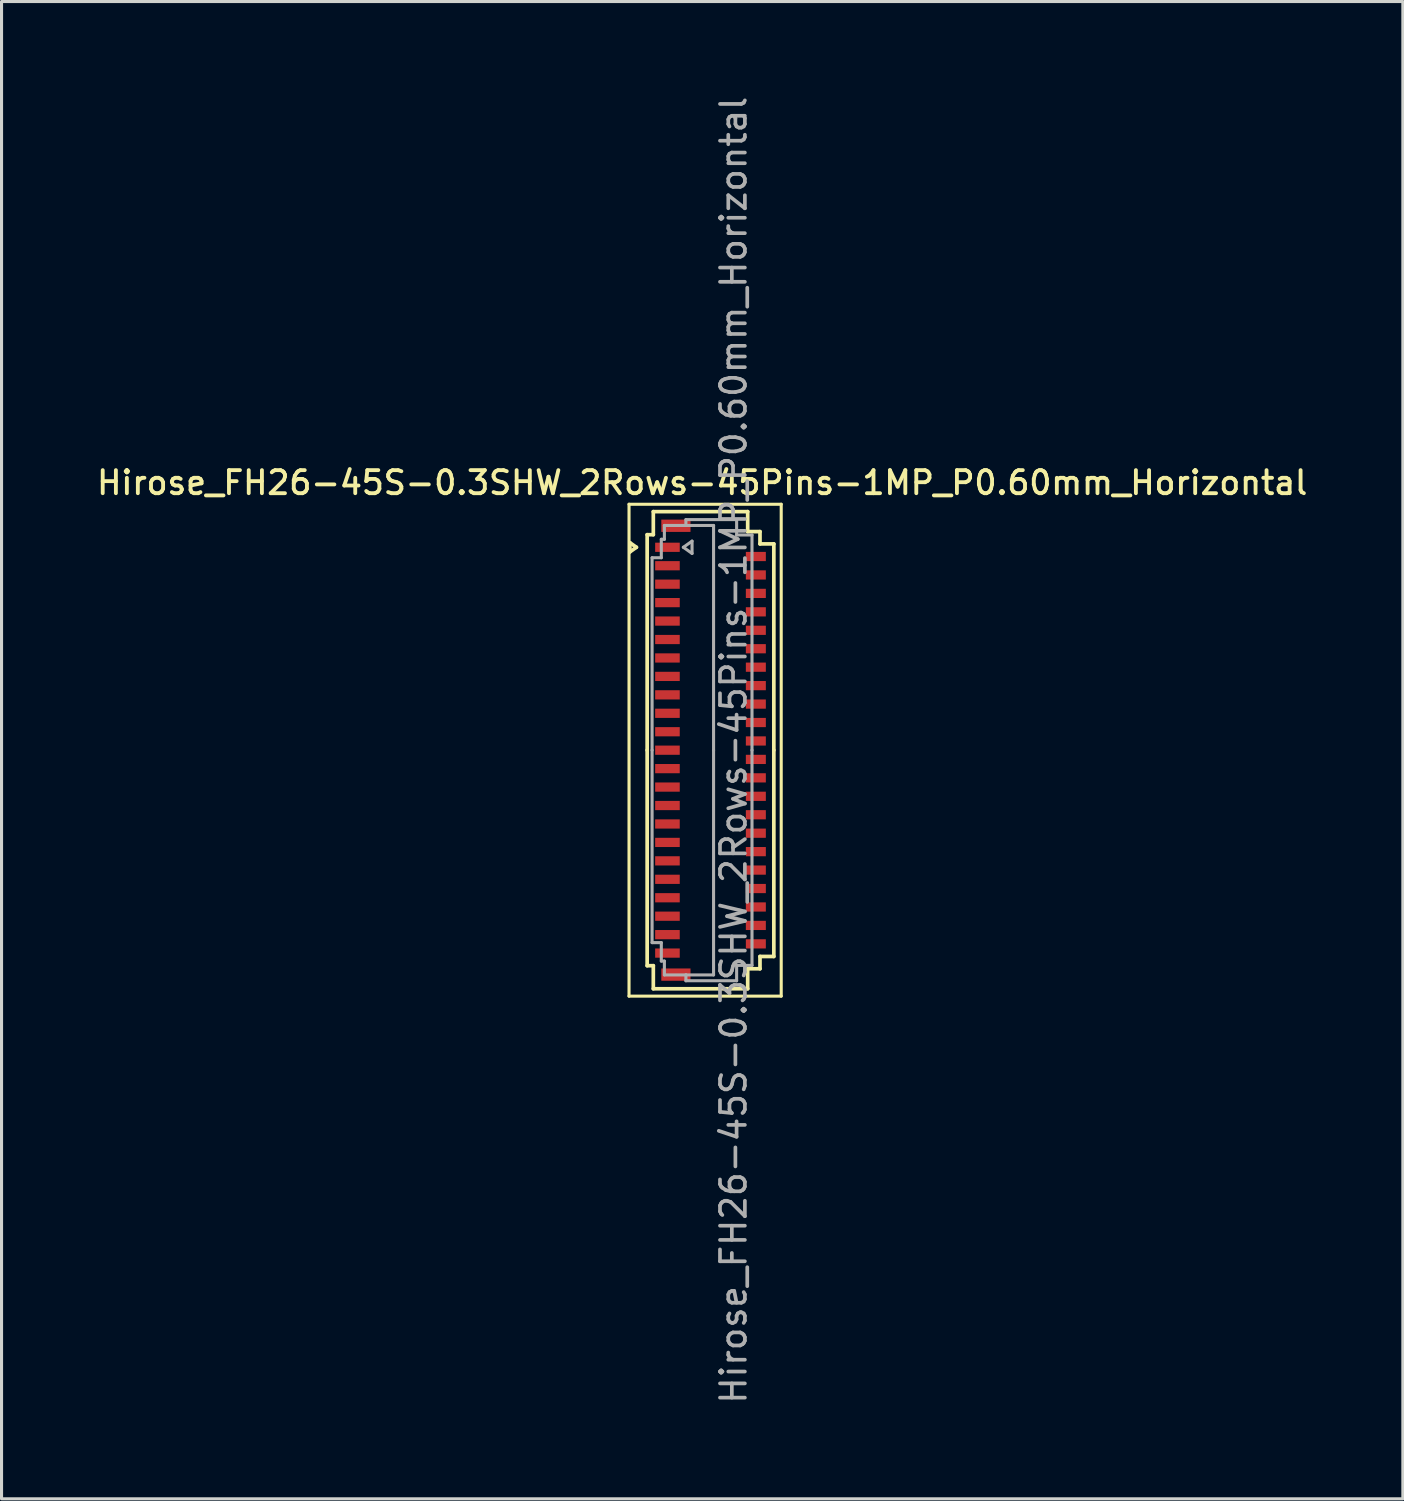
<source format=kicad_pcb>
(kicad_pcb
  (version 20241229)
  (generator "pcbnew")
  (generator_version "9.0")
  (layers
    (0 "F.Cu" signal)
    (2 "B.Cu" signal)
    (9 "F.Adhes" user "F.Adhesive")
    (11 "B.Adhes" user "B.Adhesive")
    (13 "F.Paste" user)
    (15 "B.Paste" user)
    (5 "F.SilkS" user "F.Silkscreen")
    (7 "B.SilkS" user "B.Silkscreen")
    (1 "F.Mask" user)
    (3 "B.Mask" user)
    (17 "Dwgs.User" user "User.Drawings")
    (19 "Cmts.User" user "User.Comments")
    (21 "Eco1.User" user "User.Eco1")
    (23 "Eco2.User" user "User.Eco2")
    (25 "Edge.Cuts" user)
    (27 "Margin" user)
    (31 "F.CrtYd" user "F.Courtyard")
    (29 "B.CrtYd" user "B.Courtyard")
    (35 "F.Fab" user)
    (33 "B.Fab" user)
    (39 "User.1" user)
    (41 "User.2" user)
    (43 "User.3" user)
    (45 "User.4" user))
  (footprint "Hirose_FH26-45S-0.3SHW_2Rows-45Pins-1MP_P0.60mm_Horizontal"
    (layer "F.Cu")
    (at 20.061 21.352)
    (property "Reference" "Hirose_FH26-45S-0.3SHW_2Rows-45Pins-1MP_P0.60mm_Horizontal" (at -0.27 -8.7 0) (layer "F.SilkS") (effects (font (size 0.75 0.75) (thickness 0.125))))
    (attr smd)
    (fp_line (start -2.65 -8) (end -2.65 8) (stroke (width 0.1) (type solid)) (layer "F.SilkS"))
    (fp_line (start -2.65 8) (end 2.3 8) (stroke (width 0.1) (type solid)) (layer "F.SilkS"))
    (fp_line (start -2.622 -6.75) (end -2.41 -6.6) (stroke (width 0.12) (type solid)) (layer "F.SilkS"))
    (fp_line (start -2.622 -6.45) (end -2.622 -6.75) (stroke (width 0.12) (type solid)) (layer "F.SilkS"))
    (fp_line (start -2.41 -6.6) (end -2.622 -6.45) (stroke (width 0.12) (type solid)) (layer "F.SilkS"))
    (fp_line (start -2.06 -7.01) (end -2.06 0) (stroke (width 0.12) (type solid)) (layer "F.SilkS"))
    (fp_line (start -2.06 7.01) (end -2.06 0) (stroke (width 0.12) (type solid)) (layer "F.SilkS"))
    (fp_line (start -1.86 -7.76) (end -1.86 -7.01) (stroke (width 0.12) (type solid)) (layer "F.SilkS"))
    (fp_line (start -1.86 -7.01) (end -2.06 -7.01) (stroke (width 0.12) (type solid)) (layer "F.SilkS"))
    (fp_line (start -1.86 7.01) (end -2.06 7.01) (stroke (width 0.12) (type solid)) (layer "F.SilkS"))
    (fp_line (start -1.86 7.76) (end -1.86 7.01) (stroke (width 0.12) (type solid)) (layer "F.SilkS"))
    (fp_line (start 1.21 -7.76) (end -1.86 -7.76) (stroke (width 0.12) (type solid)) (layer "F.SilkS"))
    (fp_line (start 1.21 -7.11) (end 1.21 -7.76) (stroke (width 0.12) (type solid)) (layer "F.SilkS"))
    (fp_line (start 1.21 7.11) (end 1.21 7.76) (stroke (width 0.12) (type solid)) (layer "F.SilkS"))
    (fp_line (start 1.21 7.76) (end -1.86 7.76) (stroke (width 0.12) (type solid)) (layer "F.SilkS"))
    (fp_line (start 1.61 -7.11) (end 1.21 -7.11) (stroke (width 0.12) (type solid)) (layer "F.SilkS"))
    (fp_line (start 1.61 -6.71) (end 1.61 -7.11) (stroke (width 0.12) (type solid)) (layer "F.SilkS"))
    (fp_line (start 1.61 6.71) (end 1.61 7.11) (stroke (width 0.12) (type solid)) (layer "F.SilkS"))
    (fp_line (start 1.61 7.11) (end 1.21 7.11) (stroke (width 0.12) (type solid)) (layer "F.SilkS"))
    (fp_line (start 2.06 -6.71) (end 1.61 -6.71) (stroke (width 0.12) (type solid)) (layer "F.SilkS"))
    (fp_line (start 2.06 0) (end 2.06 -6.71) (stroke (width 0.12) (type solid)) (layer "F.SilkS"))
    (fp_line (start 2.06 0) (end 2.06 6.71) (stroke (width 0.12) (type solid)) (layer "F.SilkS"))
    (fp_line (start 2.06 6.71) (end 1.61 6.71) (stroke (width 0.12) (type solid)) (layer "F.SilkS"))
    (fp_line (start 2.3 -8) (end -2.65 -8) (stroke (width 0.1) (type solid)) (layer "F.SilkS"))
    (fp_line (start 2.3 8) (end 2.3 -8) (stroke (width 0.1) (type solid)) (layer "F.SilkS"))
    (fp_line (start -1.9 -6.26) (end -1.6 -6.26) (stroke (width 0.1) (type solid)) (layer "F.Fab"))
    (fp_line (start -1.9 0) (end -1.9 -6.26) (stroke (width 0.1) (type solid)) (layer "F.Fab"))
    (fp_line (start -1.9 0) (end -1.9 6.26) (stroke (width 0.1) (type solid)) (layer "F.Fab"))
    (fp_line (start -1.9 6.26) (end -1.6 6.26) (stroke (width 0.1) (type solid)) (layer "F.Fab"))
    (fp_line (start -1.6 -6.86) (end -1.5 -6.86) (stroke (width 0.1) (type solid)) (layer "F.Fab"))
    (fp_line (start -1.6 -6.26) (end -1.6 -6.86) (stroke (width 0.1) (type solid)) (layer "F.Fab"))
    (fp_line (start -1.6 6.26) (end -1.6 6.86) (stroke (width 0.1) (type solid)) (layer "F.Fab"))
    (fp_line (start -1.6 6.86) (end -1.5 6.86) (stroke (width 0.1) (type solid)) (layer "F.Fab"))
    (fp_line (start -1.5 -7.31) (end -0.8 -7.31) (stroke (width 0.1) (type solid)) (layer "F.Fab"))
    (fp_line (start -1.5 -6.86) (end -1.5 -7.31) (stroke (width 0.1) (type solid)) (layer "F.Fab"))
    (fp_line (start -1.5 6.86) (end -1.5 7.31) (stroke (width 0.1) (type solid)) (layer "F.Fab"))
    (fp_line (start -1.5 7.31) (end -0.8 7.31) (stroke (width 0.1) (type solid)) (layer "F.Fab"))
    (fp_line (start -0.883 -6.6) (end -0.6 -6.4) (stroke (width 0.1) (type solid)) (layer "F.Fab"))
    (fp_line (start -0.8 -7.5) (end 0.85 -7.5) (stroke (width 0.1) (type solid)) (layer "F.Fab"))
    (fp_line (start -0.8 -7.31) (end -0.8 -7.5) (stroke (width 0.1) (type solid)) (layer "F.Fab"))
    (fp_line (start -0.8 7.31) (end -0.8 7.5) (stroke (width 0.1) (type solid)) (layer "F.Fab"))
    (fp_line (start -0.8 7.5) (end 0.85 7.5) (stroke (width 0.1) (type solid)) (layer "F.Fab"))
    (fp_line (start -0.6 -6.8) (end -0.883 -6.6) (stroke (width 0.1) (type solid)) (layer "F.Fab"))
    (fp_line (start -0.6 -6.4) (end -0.6 -6.8) (stroke (width 0.1) (type solid)) (layer "F.Fab"))
    (fp_line (start 0.1 -7.31) (end -0.8 -7.31) (stroke (width 0.1) (type solid)) (layer "F.Fab"))
    (fp_line (start 0.1 0) (end 0.1 -7.31) (stroke (width 0.1) (type solid)) (layer "F.Fab"))
    (fp_line (start 0.1 0) (end 0.1 7.31) (stroke (width 0.1) (type solid)) (layer "F.Fab"))
    (fp_line (start 0.1 7.31) (end -0.8 7.31) (stroke (width 0.1) (type solid)) (layer "F.Fab"))
    (fp_line (start 0.85 -7.5) (end 0.85 -7) (stroke (width 0.1) (type solid)) (layer "F.Fab"))
    (fp_line (start 0.85 -7) (end 1.35 -7) (stroke (width 0.1) (type solid)) (layer "F.Fab"))
    (fp_line (start 0.85 7) (end 1.35 7) (stroke (width 0.1) (type solid)) (layer "F.Fab"))
    (fp_line (start 0.85 7.5) (end 0.85 7) (stroke (width 0.1) (type solid)) (layer "F.Fab"))
    (fp_line (start 1.35 -7) (end 1.35 0) (stroke (width 0.1) (type solid)) (layer "F.Fab"))
    (fp_line (start 1.35 7) (end 1.35 0) (stroke (width 0.1) (type solid)) (layer "F.Fab"))
    (fp_text user "${REFERENCE}" (at 0.75 0 90) (layer "F.Fab") (effects (font (size 0.81 0.81) (thickness 0.12))))
    (pad "1" smd rect (at -1.4 -6.6) (size 0.8 0.3) (layers "F.Cu" "F.Mask" "F.Paste"))
    (pad "2" smd rect (at 1.475 -6.3) (size 0.65 0.3) (layers "F.Cu" "F.Mask" "F.Paste"))
    (pad "3" smd rect (at -1.4 -6) (size 0.8 0.3) (layers "F.Cu" "F.Mask" "F.Paste"))
    (pad "4" smd rect (at 1.475 -5.7) (size 0.65 0.3) (layers "F.Cu" "F.Mask" "F.Paste"))
    (pad "5" smd rect (at -1.4 -5.4) (size 0.8 0.3) (layers "F.Cu" "F.Mask" "F.Paste"))
    (pad "6" smd rect (at 1.475 -5.1) (size 0.65 0.3) (layers "F.Cu" "F.Mask" "F.Paste"))
    (pad "7" smd rect (at -1.4 -4.8) (size 0.8 0.3) (layers "F.Cu" "F.Mask" "F.Paste"))
    (pad "8" smd rect (at 1.475 -4.5) (size 0.65 0.3) (layers "F.Cu" "F.Mask" "F.Paste"))
    (pad "9" smd rect (at -1.4 -4.2) (size 0.8 0.3) (layers "F.Cu" "F.Mask" "F.Paste"))
    (pad "10" smd rect (at 1.475 -3.9) (size 0.65 0.3) (layers "F.Cu" "F.Mask" "F.Paste"))
    (pad "11" smd rect (at -1.4 -3.6) (size 0.8 0.3) (layers "F.Cu" "F.Mask" "F.Paste"))
    (pad "12" smd rect (at 1.475 -3.3) (size 0.65 0.3) (layers "F.Cu" "F.Mask" "F.Paste"))
    (pad "13" smd rect (at -1.4 -3) (size 0.8 0.3) (layers "F.Cu" "F.Mask" "F.Paste"))
    (pad "14" smd rect (at 1.475 -2.7) (size 0.65 0.3) (layers "F.Cu" "F.Mask" "F.Paste"))
    (pad "15" smd rect (at -1.4 -2.4) (size 0.8 0.3) (layers "F.Cu" "F.Mask" "F.Paste"))
    (pad "16" smd rect (at 1.475 -2.1) (size 0.65 0.3) (layers "F.Cu" "F.Mask" "F.Paste"))
    (pad "17" smd rect (at -1.4 -1.8) (size 0.8 0.3) (layers "F.Cu" "F.Mask" "F.Paste"))
    (pad "18" smd rect (at 1.475 -1.5) (size 0.65 0.3) (layers "F.Cu" "F.Mask" "F.Paste"))
    (pad "19" smd rect (at -1.4 -1.2) (size 0.8 0.3) (layers "F.Cu" "F.Mask" "F.Paste"))
    (pad "20" smd rect (at 1.475 -0.9) (size 0.65 0.3) (layers "F.Cu" "F.Mask" "F.Paste"))
    (pad "21" smd rect (at -1.4 -0.6) (size 0.8 0.3) (layers "F.Cu" "F.Mask" "F.Paste"))
    (pad "22" smd rect (at 1.475 -0.3) (size 0.65 0.3) (layers "F.Cu" "F.Mask" "F.Paste"))
    (pad "23" smd rect (at -1.4 0) (size 0.8 0.3) (layers "F.Cu" "F.Mask" "F.Paste"))
    (pad "24" smd rect (at 1.475 0.3) (size 0.65 0.3) (layers "F.Cu" "F.Mask" "F.Paste"))
    (pad "25" smd rect (at -1.4 0.6) (size 0.8 0.3) (layers "F.Cu" "F.Mask" "F.Paste"))
    (pad "26" smd rect (at 1.475 0.9) (size 0.65 0.3) (layers "F.Cu" "F.Mask" "F.Paste"))
    (pad "27" smd rect (at -1.4 1.2) (size 0.8 0.3) (layers "F.Cu" "F.Mask" "F.Paste"))
    (pad "28" smd rect (at 1.475 1.5) (size 0.65 0.3) (layers "F.Cu" "F.Mask" "F.Paste"))
    (pad "29" smd rect (at -1.4 1.8) (size 0.8 0.3) (layers "F.Cu" "F.Mask" "F.Paste"))
    (pad "30" smd rect (at 1.475 2.1) (size 0.65 0.3) (layers "F.Cu" "F.Mask" "F.Paste"))
    (pad "31" smd rect (at -1.4 2.4) (size 0.8 0.3) (layers "F.Cu" "F.Mask" "F.Paste"))
    (pad "32" smd rect (at 1.475 2.7) (size 0.65 0.3) (layers "F.Cu" "F.Mask" "F.Paste"))
    (pad "33" smd rect (at -1.4 3) (size 0.8 0.3) (layers "F.Cu" "F.Mask" "F.Paste"))
    (pad "34" smd rect (at 1.475 3.3) (size 0.65 0.3) (layers "F.Cu" "F.Mask" "F.Paste"))
    (pad "35" smd rect (at -1.4 3.6) (size 0.8 0.3) (layers "F.Cu" "F.Mask" "F.Paste"))
    (pad "36" smd rect (at 1.475 3.9) (size 0.65 0.3) (layers "F.Cu" "F.Mask" "F.Paste"))
    (pad "37" smd rect (at -1.4 4.2) (size 0.8 0.3) (layers "F.Cu" "F.Mask" "F.Paste"))
    (pad "38" smd rect (at 1.475 4.5) (size 0.65 0.3) (layers "F.Cu" "F.Mask" "F.Paste"))
    (pad "39" smd rect (at -1.4 4.8) (size 0.8 0.3) (layers "F.Cu" "F.Mask" "F.Paste"))
    (pad "40" smd rect (at 1.475 5.1) (size 0.65 0.3) (layers "F.Cu" "F.Mask" "F.Paste"))
    (pad "41" smd rect (at -1.4 5.4) (size 0.8 0.3) (layers "F.Cu" "F.Mask" "F.Paste"))
    (pad "42" smd rect (at 1.475 5.7) (size 0.65 0.3) (layers "F.Cu" "F.Mask" "F.Paste"))
    (pad "43" smd rect (at -1.4 6) (size 0.8 0.3) (layers "F.Cu" "F.Mask" "F.Paste"))
    (pad "44" smd rect (at 1.475 6.3) (size 0.65 0.3) (layers "F.Cu" "F.Mask" "F.Paste"))
    (pad "45" smd rect (at -1.4 6.6) (size 0.8 0.3) (layers "F.Cu" "F.Mask" "F.Paste"))
    (pad "MP" smd rect (at -1.125 -7.3) (size 0.95 0.4) (layers "F.Cu" "F.Mask" "F.Paste"))
    (pad "MP" smd rect (at -1.125 7.3) (size 0.95 0.4) (layers "F.Cu" "F.Mask" "F.Paste")))
  (gr_rect
    (start -3 -3)
    (end 42.582 45.704)
    (stroke (width 0.1) (type default))
    (fill no)
    (layer "Edge.Cuts")))
</source>
